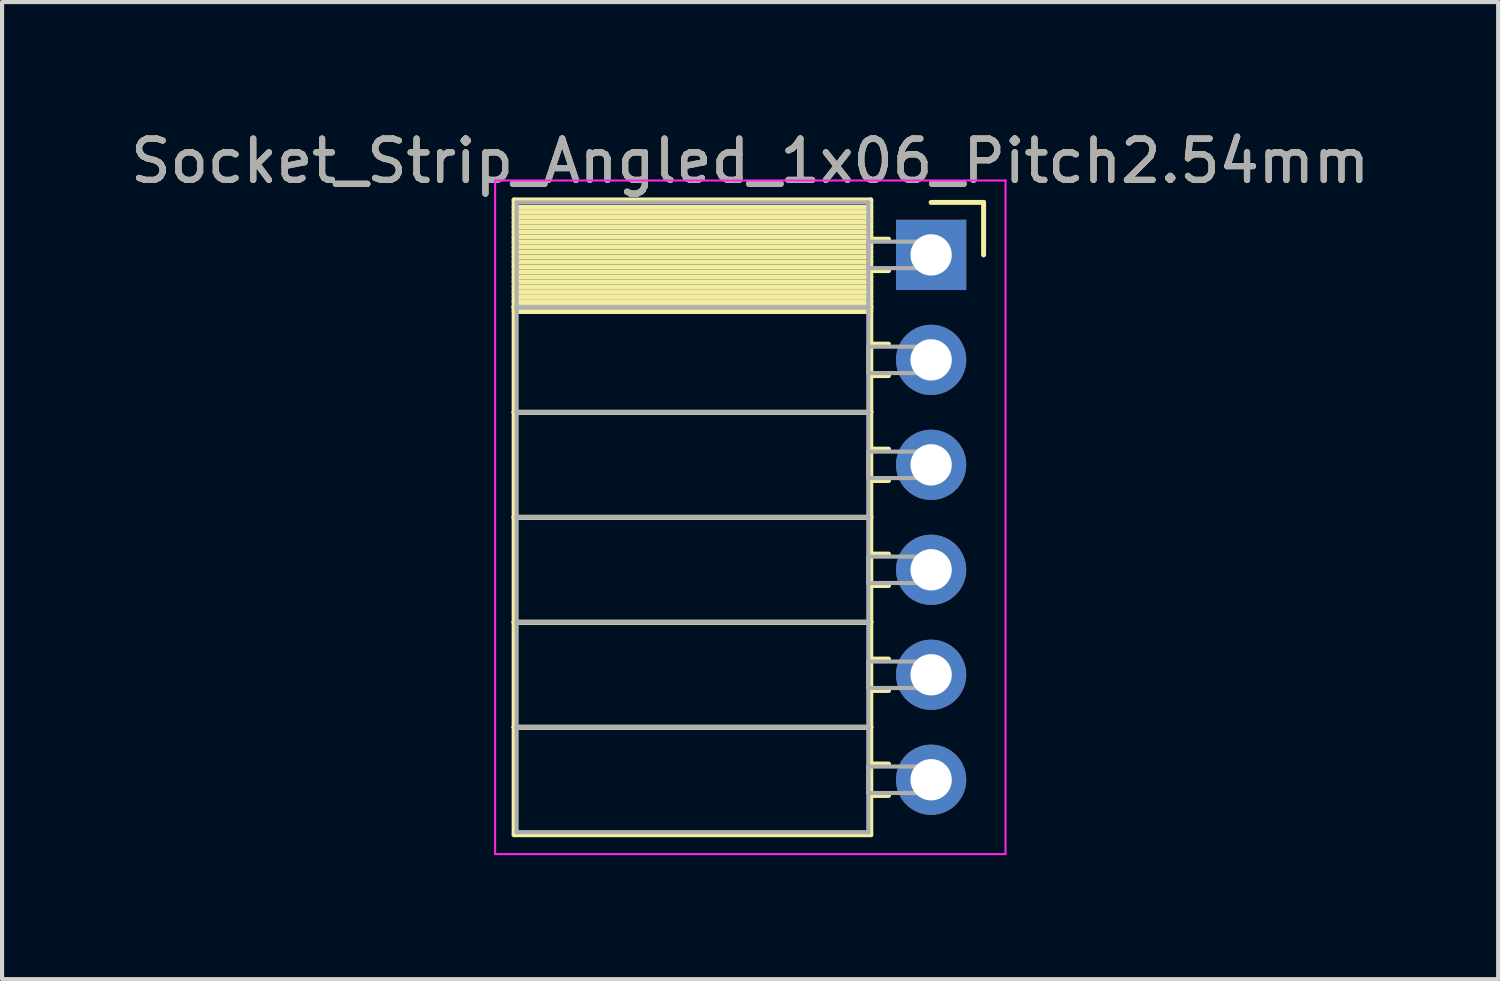
<source format=kicad_pcb>
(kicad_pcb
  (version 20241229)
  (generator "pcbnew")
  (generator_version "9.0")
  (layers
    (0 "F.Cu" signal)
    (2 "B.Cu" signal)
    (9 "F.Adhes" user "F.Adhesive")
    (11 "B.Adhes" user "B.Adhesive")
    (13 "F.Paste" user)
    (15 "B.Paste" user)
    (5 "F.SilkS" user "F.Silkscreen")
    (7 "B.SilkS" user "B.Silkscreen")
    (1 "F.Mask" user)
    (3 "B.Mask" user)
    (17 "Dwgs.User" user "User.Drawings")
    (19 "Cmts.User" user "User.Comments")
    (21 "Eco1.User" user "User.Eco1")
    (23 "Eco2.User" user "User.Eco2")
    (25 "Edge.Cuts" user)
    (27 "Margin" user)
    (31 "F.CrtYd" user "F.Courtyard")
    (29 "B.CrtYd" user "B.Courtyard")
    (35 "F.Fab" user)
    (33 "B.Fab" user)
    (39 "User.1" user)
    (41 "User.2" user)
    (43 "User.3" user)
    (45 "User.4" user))
  (footprint "Socket_Strip_Angled_1x06_Pitch2.54mm"
    (layer "F.Cu")
    (at 19.481 3.118)
    (property "Reference" "Socket_Strip_Angled_1x06_Pitch2.54mm" (at -4.38 -2.27 0) (layer "F.SilkS") (effects (font (size 1 1) (thickness 0.15))))
    (attr through_hole)
    (fp_line (start -10.09 -1.33) (end -1.46 -1.33) (stroke (width 0.12) (type solid)) (layer "F.SilkS"))
    (fp_line (start -10.09 1.27) (end -10.09 -1.33) (stroke (width 0.12) (type solid)) (layer "F.SilkS"))
    (fp_line (start -10.09 1.27) (end -1.46 1.27) (stroke (width 0.12) (type solid)) (layer "F.SilkS"))
    (fp_line (start -10.09 3.81) (end -10.09 1.27) (stroke (width 0.12) (type solid)) (layer "F.SilkS"))
    (fp_line (start -10.09 3.81) (end -1.46 3.81) (stroke (width 0.12) (type solid)) (layer "F.SilkS"))
    (fp_line (start -10.09 6.35) (end -10.09 3.81) (stroke (width 0.12) (type solid)) (layer "F.SilkS"))
    (fp_line (start -10.09 6.35) (end -1.46 6.35) (stroke (width 0.12) (type solid)) (layer "F.SilkS"))
    (fp_line (start -10.09 8.89) (end -10.09 6.35) (stroke (width 0.12) (type solid)) (layer "F.SilkS"))
    (fp_line (start -10.09 8.89) (end -1.46 8.89) (stroke (width 0.12) (type solid)) (layer "F.SilkS"))
    (fp_line (start -10.09 11.43) (end -10.09 8.89) (stroke (width 0.12) (type solid)) (layer "F.SilkS"))
    (fp_line (start -10.09 11.43) (end -1.46 11.43) (stroke (width 0.12) (type solid)) (layer "F.SilkS"))
    (fp_line (start -10.09 14.03) (end -10.09 11.43) (stroke (width 0.12) (type solid)) (layer "F.SilkS"))
    (fp_line (start -1.46 -1.33) (end -1.46 1.27) (stroke (width 0.12) (type solid)) (layer "F.SilkS"))
    (fp_line (start -1.46 -1.15) (end -10.09 -1.15) (stroke (width 0.12) (type solid)) (layer "F.SilkS"))
    (fp_line (start -1.46 -1.03) (end -10.09 -1.03) (stroke (width 0.12) (type solid)) (layer "F.SilkS"))
    (fp_line (start -1.46 -0.91) (end -10.09 -0.91) (stroke (width 0.12) (type solid)) (layer "F.SilkS"))
    (fp_line (start -1.46 -0.79) (end -10.09 -0.79) (stroke (width 0.12) (type solid)) (layer "F.SilkS"))
    (fp_line (start -1.46 -0.67) (end -10.09 -0.67) (stroke (width 0.12) (type solid)) (layer "F.SilkS"))
    (fp_line (start -1.46 -0.55) (end -10.09 -0.55) (stroke (width 0.12) (type solid)) (layer "F.SilkS"))
    (fp_line (start -1.46 -0.43) (end -10.09 -0.43) (stroke (width 0.12) (type solid)) (layer "F.SilkS"))
    (fp_line (start -1.46 -0.31) (end -10.09 -0.31) (stroke (width 0.12) (type solid)) (layer "F.SilkS"))
    (fp_line (start -1.46 -0.19) (end -10.09 -0.19) (stroke (width 0.12) (type solid)) (layer "F.SilkS"))
    (fp_line (start -1.46 -0.07) (end -10.09 -0.07) (stroke (width 0.12) (type solid)) (layer "F.SilkS"))
    (fp_line (start -1.46 0.05) (end -10.09 0.05) (stroke (width 0.12) (type solid)) (layer "F.SilkS"))
    (fp_line (start -1.46 0.17) (end -10.09 0.17) (stroke (width 0.12) (type solid)) (layer "F.SilkS"))
    (fp_line (start -1.46 0.29) (end -10.09 0.29) (stroke (width 0.12) (type solid)) (layer "F.SilkS"))
    (fp_line (start -1.46 0.41) (end -10.09 0.41) (stroke (width 0.12) (type solid)) (layer "F.SilkS"))
    (fp_line (start -1.46 0.53) (end -10.09 0.53) (stroke (width 0.12) (type solid)) (layer "F.SilkS"))
    (fp_line (start -1.46 0.65) (end -10.09 0.65) (stroke (width 0.12) (type solid)) (layer "F.SilkS"))
    (fp_line (start -1.46 0.77) (end -10.09 0.77) (stroke (width 0.12) (type solid)) (layer "F.SilkS"))
    (fp_line (start -1.46 0.89) (end -10.09 0.89) (stroke (width 0.12) (type solid)) (layer "F.SilkS"))
    (fp_line (start -1.46 1.01) (end -10.09 1.01) (stroke (width 0.12) (type solid)) (layer "F.SilkS"))
    (fp_line (start -1.46 1.13) (end -10.09 1.13) (stroke (width 0.12) (type solid)) (layer "F.SilkS"))
    (fp_line (start -1.46 1.25) (end -10.09 1.25) (stroke (width 0.12) (type solid)) (layer "F.SilkS"))
    (fp_line (start -1.46 1.27) (end -10.09 1.27) (stroke (width 0.12) (type solid)) (layer "F.SilkS"))
    (fp_line (start -1.46 1.27) (end -1.46 3.81) (stroke (width 0.12) (type solid)) (layer "F.SilkS"))
    (fp_line (start -1.46 1.37) (end -10.09 1.37) (stroke (width 0.12) (type solid)) (layer "F.SilkS"))
    (fp_line (start -1.46 3.81) (end -10.09 3.81) (stroke (width 0.12) (type solid)) (layer "F.SilkS"))
    (fp_line (start -1.46 3.81) (end -1.46 6.35) (stroke (width 0.12) (type solid)) (layer "F.SilkS"))
    (fp_line (start -1.46 6.35) (end -10.09 6.35) (stroke (width 0.12) (type solid)) (layer "F.SilkS"))
    (fp_line (start -1.46 6.35) (end -1.46 8.89) (stroke (width 0.12) (type solid)) (layer "F.SilkS"))
    (fp_line (start -1.46 8.89) (end -10.09 8.89) (stroke (width 0.12) (type solid)) (layer "F.SilkS"))
    (fp_line (start -1.46 8.89) (end -1.46 11.43) (stroke (width 0.12) (type solid)) (layer "F.SilkS"))
    (fp_line (start -1.46 11.43) (end -10.09 11.43) (stroke (width 0.12) (type solid)) (layer "F.SilkS"))
    (fp_line (start -1.46 11.43) (end -1.46 14.03) (stroke (width 0.12) (type solid)) (layer "F.SilkS"))
    (fp_line (start -1.46 14.03) (end -10.09 14.03) (stroke (width 0.12) (type solid)) (layer "F.SilkS"))
    (fp_line (start -1.03 -0.38) (end -1.46 -0.38) (stroke (width 0.12) (type solid)) (layer "F.SilkS"))
    (fp_line (start -1.03 0.38) (end -1.46 0.38) (stroke (width 0.12) (type solid)) (layer "F.SilkS"))
    (fp_line (start -1.03 2.16) (end -1.46 2.16) (stroke (width 0.12) (type solid)) (layer "F.SilkS"))
    (fp_line (start -1.03 2.92) (end -1.46 2.92) (stroke (width 0.12) (type solid)) (layer "F.SilkS"))
    (fp_line (start -1.03 4.7) (end -1.46 4.7) (stroke (width 0.12) (type solid)) (layer "F.SilkS"))
    (fp_line (start -1.03 5.46) (end -1.46 5.46) (stroke (width 0.12) (type solid)) (layer "F.SilkS"))
    (fp_line (start -1.03 7.24) (end -1.46 7.24) (stroke (width 0.12) (type solid)) (layer "F.SilkS"))
    (fp_line (start -1.03 8) (end -1.46 8) (stroke (width 0.12) (type solid)) (layer "F.SilkS"))
    (fp_line (start -1.03 9.78) (end -1.46 9.78) (stroke (width 0.12) (type solid)) (layer "F.SilkS"))
    (fp_line (start -1.03 10.54) (end -1.46 10.54) (stroke (width 0.12) (type solid)) (layer "F.SilkS"))
    (fp_line (start -1.03 12.32) (end -1.46 12.32) (stroke (width 0.12) (type solid)) (layer "F.SilkS"))
    (fp_line (start -1.03 13.08) (end -1.46 13.08) (stroke (width 0.12) (type solid)) (layer "F.SilkS"))
    (fp_line (start 0 -1.27) (end 1.27 -1.27) (stroke (width 0.12) (type solid)) (layer "F.SilkS"))
    (fp_line (start 1.27 -1.27) (end 1.27 0) (stroke (width 0.12) (type solid)) (layer "F.SilkS"))
    (fp_line (start -10.55 -1.8) (end 1.8 -1.8) (stroke (width 0.05) (type solid)) (layer "F.CrtYd"))
    (fp_line (start -10.55 14.5) (end -10.55 -1.8) (stroke (width 0.05) (type solid)) (layer "F.CrtYd"))
    (fp_line (start 1.8 -1.8) (end 1.8 14.5) (stroke (width 0.05) (type solid)) (layer "F.CrtYd"))
    (fp_line (start 1.8 14.5) (end -10.55 14.5) (stroke (width 0.05) (type solid)) (layer "F.CrtYd"))
    (fp_line (start -10.03 -1.27) (end -1.52 -1.27) (stroke (width 0.1) (type solid)) (layer "F.Fab"))
    (fp_line (start -10.03 1.27) (end -10.03 -1.27) (stroke (width 0.1) (type solid)) (layer "F.Fab"))
    (fp_line (start -10.03 1.27) (end -1.52 1.27) (stroke (width 0.1) (type solid)) (layer "F.Fab"))
    (fp_line (start -10.03 3.81) (end -10.03 1.27) (stroke (width 0.1) (type solid)) (layer "F.Fab"))
    (fp_line (start -10.03 3.81) (end -1.52 3.81) (stroke (width 0.1) (type solid)) (layer "F.Fab"))
    (fp_line (start -10.03 6.35) (end -10.03 3.81) (stroke (width 0.1) (type solid)) (layer "F.Fab"))
    (fp_line (start -10.03 6.35) (end -1.52 6.35) (stroke (width 0.1) (type solid)) (layer "F.Fab"))
    (fp_line (start -10.03 8.89) (end -10.03 6.35) (stroke (width 0.1) (type solid)) (layer "F.Fab"))
    (fp_line (start -10.03 8.89) (end -1.52 8.89) (stroke (width 0.1) (type solid)) (layer "F.Fab"))
    (fp_line (start -10.03 11.43) (end -10.03 8.89) (stroke (width 0.1) (type solid)) (layer "F.Fab"))
    (fp_line (start -10.03 11.43) (end -1.52 11.43) (stroke (width 0.1) (type solid)) (layer "F.Fab"))
    (fp_line (start -10.03 13.97) (end -10.03 11.43) (stroke (width 0.1) (type solid)) (layer "F.Fab"))
    (fp_line (start -1.52 -1.27) (end -1.52 1.27) (stroke (width 0.1) (type solid)) (layer "F.Fab"))
    (fp_line (start -1.52 -0.32) (end 0 -0.32) (stroke (width 0.1) (type solid)) (layer "F.Fab"))
    (fp_line (start -1.52 0.32) (end -1.52 -0.32) (stroke (width 0.1) (type solid)) (layer "F.Fab"))
    (fp_line (start -1.52 1.27) (end -10.03 1.27) (stroke (width 0.1) (type solid)) (layer "F.Fab"))
    (fp_line (start -1.52 1.27) (end -1.52 3.81) (stroke (width 0.1) (type solid)) (layer "F.Fab"))
    (fp_line (start -1.52 2.22) (end 0 2.22) (stroke (width 0.1) (type solid)) (layer "F.Fab"))
    (fp_line (start -1.52 2.86) (end -1.52 2.22) (stroke (width 0.1) (type solid)) (layer "F.Fab"))
    (fp_line (start -1.52 3.81) (end -10.03 3.81) (stroke (width 0.1) (type solid)) (layer "F.Fab"))
    (fp_line (start -1.52 3.81) (end -1.52 6.35) (stroke (width 0.1) (type solid)) (layer "F.Fab"))
    (fp_line (start -1.52 4.76) (end 0 4.76) (stroke (width 0.1) (type solid)) (layer "F.Fab"))
    (fp_line (start -1.52 5.4) (end -1.52 4.76) (stroke (width 0.1) (type solid)) (layer "F.Fab"))
    (fp_line (start -1.52 6.35) (end -10.03 6.35) (stroke (width 0.1) (type solid)) (layer "F.Fab"))
    (fp_line (start -1.52 6.35) (end -1.52 8.89) (stroke (width 0.1) (type solid)) (layer "F.Fab"))
    (fp_line (start -1.52 7.3) (end 0 7.3) (stroke (width 0.1) (type solid)) (layer "F.Fab"))
    (fp_line (start -1.52 7.94) (end -1.52 7.3) (stroke (width 0.1) (type solid)) (layer "F.Fab"))
    (fp_line (start -1.52 8.89) (end -10.03 8.89) (stroke (width 0.1) (type solid)) (layer "F.Fab"))
    (fp_line (start -1.52 8.89) (end -1.52 11.43) (stroke (width 0.1) (type solid)) (layer "F.Fab"))
    (fp_line (start -1.52 9.84) (end 0 9.84) (stroke (width 0.1) (type solid)) (layer "F.Fab"))
    (fp_line (start -1.52 10.48) (end -1.52 9.84) (stroke (width 0.1) (type solid)) (layer "F.Fab"))
    (fp_line (start -1.52 11.43) (end -10.03 11.43) (stroke (width 0.1) (type solid)) (layer "F.Fab"))
    (fp_line (start -1.52 11.43) (end -1.52 13.97) (stroke (width 0.1) (type solid)) (layer "F.Fab"))
    (fp_line (start -1.52 12.38) (end 0 12.38) (stroke (width 0.1) (type solid)) (layer "F.Fab"))
    (fp_line (start -1.52 13.02) (end -1.52 12.38) (stroke (width 0.1) (type solid)) (layer "F.Fab"))
    (fp_line (start -1.52 13.97) (end -10.03 13.97) (stroke (width 0.1) (type solid)) (layer "F.Fab"))
    (fp_line (start 0 -0.32) (end 0 0.32) (stroke (width 0.1) (type solid)) (layer "F.Fab"))
    (fp_line (start 0 0.32) (end -1.52 0.32) (stroke (width 0.1) (type solid)) (layer "F.Fab"))
    (fp_line (start 0 2.22) (end 0 2.86) (stroke (width 0.1) (type solid)) (layer "F.Fab"))
    (fp_line (start 0 2.86) (end -1.52 2.86) (stroke (width 0.1) (type solid)) (layer "F.Fab"))
    (fp_line (start 0 4.76) (end 0 5.4) (stroke (width 0.1) (type solid)) (layer "F.Fab"))
    (fp_line (start 0 5.4) (end -1.52 5.4) (stroke (width 0.1) (type solid)) (layer "F.Fab"))
    (fp_line (start 0 7.3) (end 0 7.94) (stroke (width 0.1) (type solid)) (layer "F.Fab"))
    (fp_line (start 0 7.94) (end -1.52 7.94) (stroke (width 0.1) (type solid)) (layer "F.Fab"))
    (fp_line (start 0 9.84) (end 0 10.48) (stroke (width 0.1) (type solid)) (layer "F.Fab"))
    (fp_line (start 0 10.48) (end -1.52 10.48) (stroke (width 0.1) (type solid)) (layer "F.Fab"))
    (fp_line (start 0 12.38) (end 0 13.02) (stroke (width 0.1) (type solid)) (layer "F.Fab"))
    (fp_line (start 0 13.02) (end -1.52 13.02) (stroke (width 0.1) (type solid)) (layer "F.Fab"))
    (fp_text user "${REFERENCE}" (at -4.38 -2.27 0) (layer "F.Fab") (effects (font (size 1 1) (thickness 0.15))))
    (pad "1" thru_hole rect (at 0 0) (size 1.7 1.7) (drill 1) (layers "*.Cu" "*.Mask"))
    (pad "2" thru_hole oval (at 0 2.54) (size 1.7 1.7) (drill 1) (layers "*.Cu" "*.Mask"))
    (pad "3" thru_hole oval (at 0 5.08) (size 1.7 1.7) (drill 1) (layers "*.Cu" "*.Mask"))
    (pad "4" thru_hole oval (at 0 7.62) (size 1.7 1.7) (drill 1) (layers "*.Cu" "*.Mask"))
    (pad "5" thru_hole oval (at 0 10.16) (size 1.7 1.7) (drill 1) (layers "*.Cu" "*.Mask"))
    (pad "6" thru_hole oval (at 0 12.7) (size 1.7 1.7) (drill 1) (layers "*.Cu" "*.Mask")))
  (gr_rect
    (start -3 -3)
    (end 33.202 20.643)
    (stroke (width 0.1) (type default))
    (fill no)
    (layer "Edge.Cuts")))
</source>
